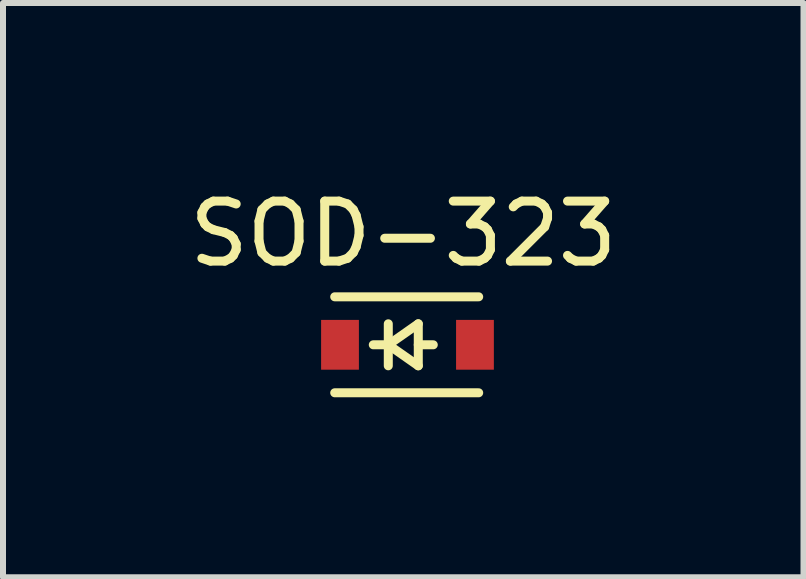
<source format=kicad_pcb>
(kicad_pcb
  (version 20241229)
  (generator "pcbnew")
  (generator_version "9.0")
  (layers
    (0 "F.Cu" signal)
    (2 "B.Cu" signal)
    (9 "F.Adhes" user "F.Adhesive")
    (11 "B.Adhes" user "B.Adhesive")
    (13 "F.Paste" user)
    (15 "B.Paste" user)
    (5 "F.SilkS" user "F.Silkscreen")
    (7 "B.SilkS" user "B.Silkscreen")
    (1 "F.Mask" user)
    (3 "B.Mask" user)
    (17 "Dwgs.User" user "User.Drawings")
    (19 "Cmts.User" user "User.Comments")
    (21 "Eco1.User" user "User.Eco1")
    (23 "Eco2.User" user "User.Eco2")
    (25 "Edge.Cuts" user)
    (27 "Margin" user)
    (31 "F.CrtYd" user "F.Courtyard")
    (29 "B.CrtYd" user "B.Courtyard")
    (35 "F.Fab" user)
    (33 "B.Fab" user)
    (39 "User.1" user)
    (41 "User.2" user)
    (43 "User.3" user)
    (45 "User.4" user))
  (footprint "SOD-323"
    (layer "F.Cu")
    (at 3.673 2.698)
    (property "Reference" "SOD-323" (at 0 -1.85 0) (layer "F.SilkS") (effects (font (size 1 1) (thickness 0.15))))
    (attr smd)
    (fp_line (start -1.143 -0.8) (end 1.257 -0.8) (stroke (width 0.15) (type solid)) (layer "F.SilkS"))
    (fp_line (start -1.143 0.8) (end 1.257 0.8) (stroke (width 0.15) (type solid)) (layer "F.SilkS"))
    (fp_line (start -0.25 -0.35) (end -0.25 0.35) (stroke (width 0.15) (type solid)) (layer "F.SilkS"))
    (fp_line (start -0.25 0) (end -0.5 0) (stroke (width 0.15) (type solid)) (layer "F.SilkS"))
    (fp_line (start -0.25 0) (end 0.25 -0.35) (stroke (width 0.15) (type solid)) (layer "F.SilkS"))
    (fp_line (start 0.25 -0.35) (end 0.25 0.35) (stroke (width 0.15) (type solid)) (layer "F.SilkS"))
    (fp_line (start 0.25 0) (end 0.5 0) (stroke (width 0.15) (type solid)) (layer "F.SilkS"))
    (fp_line (start 0.25 0.35) (end -0.25 0) (stroke (width 0.15) (type solid)) (layer "F.SilkS"))
    (pad "1" smd rect (at -1.055 0) (size 0.63 0.83) (layers "F.Cu" "F.Mask" "F.Paste"))
    (pad "2" smd rect (at 1.195 0) (size 0.63 0.83) (layers "F.Cu" "F.Mask" "F.Paste")))
  (gr_rect
    (start -3 -3)
    (end 10.345 6.573)
    (stroke (width 0.1) (type default))
    (fill no)
    (layer "Edge.Cuts")))
</source>
